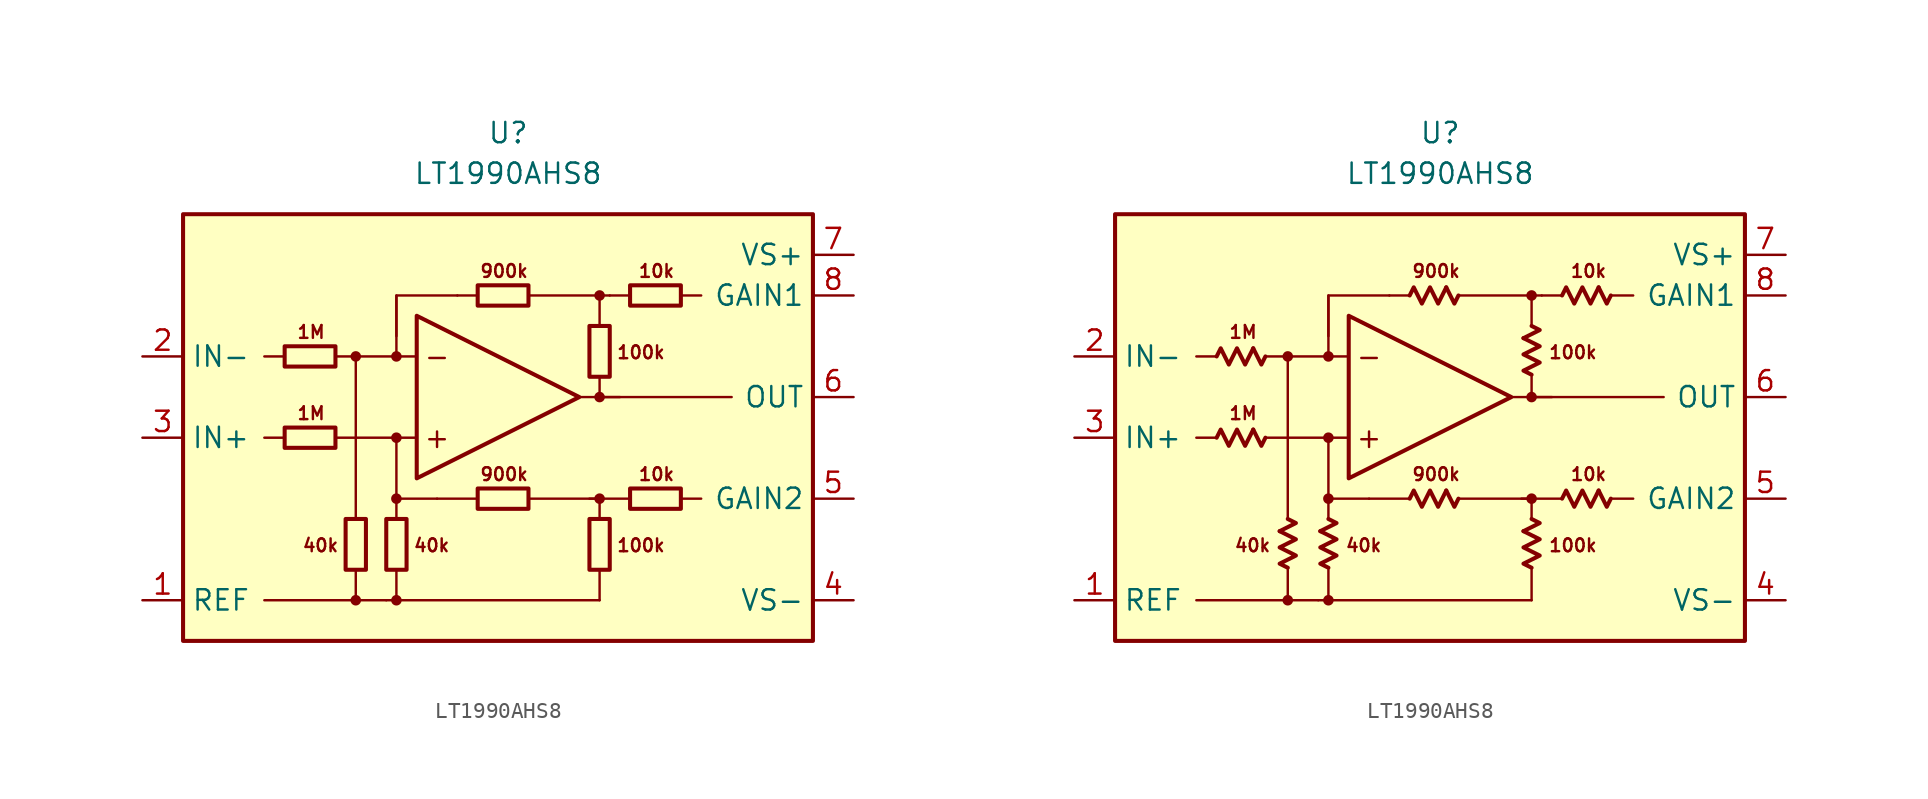
<source format=kicad_sym>
(kicad_symbol_lib
  (version 20231120)
  (generator "kicad_symbol_editor")
  (generator_version "8.0")
  (symbol "LT1990AHS8"
    (property "Reference" "U"
      (at 0 19.05 0)
      (effects (font (size 1.27 1.27))))
    (property "Value" "LT1990AHS8"
      (at 0 16.51 0)
      (effects (font (size 1.27 1.27))))
    (symbol "LT1990AHS8_0_0"
      (rectangle (start -20.32 13.97) (end 19.05 -12.7) (stroke (width 0.254) (type default)) (fill (type background)))
      (circle (center -9.525 -10.16) (radius 0.254) (stroke (width 0.152) (type default)) (fill (type outline)))
      (circle (center -9.525 5.08) (radius 0.254) (stroke (width 0.152) (type default)) (fill (type outline)))
      (circle (center -6.985 -10.16) (radius 0.254) (stroke (width 0.152) (type default)) (fill (type outline)))
      (circle (center -6.985 -3.81) (radius 0.254) (stroke (width 0.152) (type default)) (fill (type outline)))
      (circle (center -6.985 0) (radius 0.254) (stroke (width 0.152) (type default)) (fill (type outline)))
      (circle (center -6.985 5.08) (radius 0.254) (stroke (width 0.152) (type default)) (fill (type outline)))
      (polyline (pts (xy -13.97 0) (xy -15.24 0)) (stroke (width 0.152) (type default)) (fill (type none)))
      (polyline (pts (xy -13.97 5.08) (xy -15.24 5.08)) (stroke (width 0.152) (type default)) (fill (type none)))
      (polyline (pts (xy -9.525 -8.255) (xy -9.525 -10.16)) (stroke (width 0.152) (type default)) (fill (type none)))
      (polyline (pts (xy -9.525 -5.08) (xy -9.525 5.08)) (stroke (width 0.152) (type default)) (fill (type none)))
      (polyline (pts (xy -7.62 -10.16) (xy -15.24 -10.16)) (stroke (width 0.152) (type default)) (fill (type none)))
      (polyline (pts (xy -6.985 -8.255) (xy -6.985 -10.16)) (stroke (width 0.152) (type default)) (fill (type none)))
      (polyline (pts (xy -6.985 -3.81) (xy -6.985 0)) (stroke (width 0.152) (type default)) (fill (type none)))
      (polyline (pts (xy -6.985 5.08) (xy -6.985 8.89)) (stroke (width 0.152) (type default)) (fill (type none)))
      (polyline (pts (xy -5.715 0) (xy -10.795 0)) (stroke (width 0.152) (type default)) (fill (type none)))
      (polyline (pts (xy -5.715 5.08) (xy -10.795 5.08)) (stroke (width 0.152) (type default)) (fill (type none)))
      (polyline (pts (xy -1.905 -3.81) (xy -4.445 -3.81)) (stroke (width 0.152) (type default)) (fill (type none)))
      (polyline (pts (xy -1.905 8.89) (xy -3.175 8.89)) (stroke (width 0.152) (type default)) (fill (type none)))
      (polyline (pts (xy 4.445 2.54) (xy 13.97 2.54)) (stroke (width 0.152) (type default)) (fill (type none)))
      (polyline (pts (xy 5.715 -10.16) (xy -7.62 -10.16)) (stroke (width 0.152) (type default)) (fill (type none)))
      (polyline (pts (xy 5.715 -8.255) (xy 5.715 -10.16)) (stroke (width 0.152) (type default)) (fill (type none)))
      (polyline (pts (xy 5.715 2.54) (xy 5.715 3.81)) (stroke (width 0.152) (type default)) (fill (type none)))
      (polyline (pts (xy 5.715 2.54) (xy 6.985 2.54)) (stroke (width 0.152) (type default)) (fill (type none)))
      (polyline (pts (xy 5.715 8.89) (xy 1.27 8.89)) (stroke (width 0.152) (type default)) (fill (type none)))
      (polyline (pts (xy 7.62 -3.81) (xy 5.08 -3.81)) (stroke (width 0.152) (type default)) (fill (type none)))
      (polyline (pts (xy 7.62 8.89) (xy 6.35 8.89)) (stroke (width 0.152) (type default)) (fill (type none)))
      (polyline (pts (xy 10.795 -3.81) (xy 12.065 -3.81)) (stroke (width 0.152) (type default)) (fill (type none)))
      (polyline (pts (xy 10.795 8.89) (xy 12.065 8.89)) (stroke (width 0.152) (type default)) (fill (type none)))
      (polyline (pts (xy -4.445 -3.81) (xy -6.985 -3.81) (xy -6.985 -5.08)) (stroke (width 0.152) (type default)) (fill (type none)))
      (polyline (pts (xy -3.175 8.89) (xy -6.985 8.89) (xy -6.985 6.35)) (stroke (width 0.152) (type default)) (fill (type none)))
      (polyline (pts (xy 5.715 -5.08) (xy 5.715 -3.81) (xy 1.27 -3.81)) (stroke (width 0.152) (type default)) (fill (type none)))
      (polyline (pts (xy 6.35 8.89) (xy 5.715 8.89) (xy 5.715 6.985)) (stroke (width 0.152) (type default)) (fill (type none)))
      (polyline (pts (xy -5.715 7.62) (xy -5.715 -2.54) (xy 4.445 2.54) (xy -5.715 7.62)) (stroke (width 0.254) (type default)) (fill (type none)))
      (circle (center 5.715 -3.81) (radius 0.254) (stroke (width 0.152) (type default)) (fill (type outline)))
      (circle (center 5.715 2.54) (radius 0.254) (stroke (width 0.152) (type default)) (fill (type outline)))
      (circle (center 5.715 8.89) (radius 0.254) (stroke (width 0.152) (type default)) (fill (type outline)))
      (text "+" (at -4.445 0 0) (effects (font (size 1.27 1.27))))
      (text "-" (at -4.445 5.08 0) (effects (font (size 1.27 1.27))))
      (text "100k" (at 6.731 -6.731 0) (effects (font (size 0.8 0.8)) (justify left)))
      (text "100k" (at 6.731 5.334 0) (effects (font (size 0.8 0.8)) (justify left)))
      (text "10k" (at 9.271 -2.286 0) (effects (font (size 0.8 0.8))))
      (text "10k" (at 9.271 10.414 0) (effects (font (size 0.8 0.8))))
      (text "1M" (at -12.319 1.524 0) (effects (font (size 0.8 0.8))))
      (text "1M" (at -12.319 6.604 0) (effects (font (size 0.8 0.8))))
      (text "40k" (at -10.541 -6.731 0) (effects (font (size 0.8 0.8)) (justify right)))
      (text "40k" (at -5.969 -6.731 0) (effects (font (size 0.8 0.8)) (justify left)))
      (text "900k" (at -0.254 -2.286 0) (effects (font (size 0.8 0.8))))
      (text "900k" (at -0.254 10.414 0) (effects (font (size 0.8 0.8)))))
    (symbol "LT1990AHS8_0_1"
      (rectangle (start -13.97 0.635) (end -10.795 -0.635) (stroke (width 0.254) (type default)) (fill (type none)))
      (rectangle (start -13.97 5.715) (end -10.795 4.445) (stroke (width 0.254) (type default)) (fill (type none)))
      (rectangle (start -10.16 -5.08) (end -8.89 -8.255) (stroke (width 0.254) (type default)) (fill (type none)))
      (rectangle (start -7.62 -8.255) (end -6.35 -5.08) (stroke (width 0.254) (type default)) (fill (type none)))
      (rectangle (start -1.905 -3.175) (end 1.27 -4.445) (stroke (width 0.254) (type default)) (fill (type none)))
      (rectangle (start -1.905 9.525) (end 1.27 8.255) (stroke (width 0.254) (type default)) (fill (type none)))
      (rectangle (start 5.08 -8.255) (end 6.35 -5.08) (stroke (width 0.254) (type default)) (fill (type none)))
      (rectangle (start 5.08 3.81) (end 6.35 6.985) (stroke (width 0.254) (type default)) (fill (type none)))
      (rectangle (start 7.62 -3.175) (end 10.795 -4.445) (stroke (width 0.254) (type default)) (fill (type none)))
      (rectangle (start 7.62 9.525) (end 10.795 8.255) (stroke (width 0.254) (type default)) (fill (type none))))
    (symbol "LT1990AHS8_0_2"
      (polyline (pts (xy -11.684 0.508) (xy -11.176 -0.508) (xy -10.922 0)) (stroke (width 0.254) (type default)) (fill (type none)))
      (polyline (pts (xy -11.684 5.588) (xy -11.176 4.572) (xy -10.922 5.08)) (stroke (width 0.254) (type default)) (fill (type none)))
      (polyline (pts (xy -10.033 -5.842) (xy -9.017 -5.334) (xy -9.525 -5.08)) (stroke (width 0.254) (type default)) (fill (type none)))
      (polyline (pts (xy -7.493 -5.842) (xy -6.477 -5.334) (xy -6.985 -5.08)) (stroke (width 0.254) (type default)) (fill (type none)))
      (polyline (pts (xy 0.381 -3.302) (xy 0.889 -4.318) (xy 1.143 -3.81)) (stroke (width 0.254) (type default)) (fill (type none)))
      (polyline (pts (xy 0.381 9.398) (xy 0.889 8.382) (xy 1.143 8.89)) (stroke (width 0.254) (type default)) (fill (type none)))
      (polyline (pts (xy 5.207 -5.842) (xy 6.223 -5.334) (xy 5.715 -5.08)) (stroke (width 0.254) (type default)) (fill (type none)))
      (polyline (pts (xy 5.207 6.223) (xy 6.223 6.731) (xy 5.715 6.985)) (stroke (width 0.254) (type default)) (fill (type none)))
      (polyline (pts (xy 9.906 -3.302) (xy 10.414 -4.318) (xy 10.668 -3.81)) (stroke (width 0.254) (type default)) (fill (type none)))
      (polyline (pts (xy 9.906 9.398) (xy 10.414 8.382) (xy 10.668 8.89)) (stroke (width 0.254) (type default)) (fill (type none)))
      (polyline (pts (xy -13.97 0) (xy -13.716 0.508) (xy -13.208 -0.508) (xy -12.7 0.508) (xy -12.192 -0.508) (xy -11.684 0.508)) (stroke (width 0.254) (type default)) (fill (type none)))
      (polyline (pts (xy -13.97 5.08) (xy -13.716 5.588) (xy -13.208 4.572) (xy -12.7 5.588) (xy -12.192 4.572) (xy -11.684 5.588)) (stroke (width 0.254) (type default)) (fill (type none)))
      (polyline (pts (xy -9.525 -8.128) (xy -10.033 -7.874) (xy -9.017 -7.366) (xy -10.033 -6.858) (xy -9.017 -6.35) (xy -10.033 -5.842)) (stroke (width 0.254) (type default)) (fill (type none)))
      (polyline (pts (xy -6.985 -8.128) (xy -7.493 -7.874) (xy -6.477 -7.366) (xy -7.493 -6.858) (xy -6.477 -6.35) (xy -7.493 -5.842)) (stroke (width 0.254) (type default)) (fill (type none)))
      (polyline (pts (xy -1.905 -3.81) (xy -1.651 -3.302) (xy -1.143 -4.318) (xy -0.635 -3.302) (xy -0.127 -4.318) (xy 0.381 -3.302)) (stroke (width 0.254) (type default)) (fill (type none)))
      (polyline (pts (xy -1.905 8.89) (xy -1.651 9.398) (xy -1.143 8.382) (xy -0.635 9.398) (xy -0.127 8.382) (xy 0.381 9.398)) (stroke (width 0.254) (type default)) (fill (type none)))
      (polyline (pts (xy 5.715 -8.128) (xy 5.207 -7.874) (xy 6.223 -7.366) (xy 5.207 -6.858) (xy 6.223 -6.35) (xy 5.207 -5.842)) (stroke (width 0.254) (type default)) (fill (type none)))
      (polyline (pts (xy 5.715 3.937) (xy 5.207 4.191) (xy 6.223 4.699) (xy 5.207 5.207) (xy 6.223 5.715) (xy 5.207 6.223)) (stroke (width 0.254) (type default)) (fill (type none)))
      (polyline (pts (xy 7.62 -3.81) (xy 7.874 -3.302) (xy 8.382 -4.318) (xy 8.89 -3.302) (xy 9.398 -4.318) (xy 9.906 -3.302)) (stroke (width 0.254) (type default)) (fill (type none)))
      (polyline (pts (xy 7.62 8.89) (xy 7.874 9.398) (xy 8.382 8.382) (xy 8.89 9.398) (xy 9.398 8.382) (xy 9.906 9.398)) (stroke (width 0.254) (type default)) (fill (type none))))
    (symbol "LT1990AHS8_1_1"
      (pin input line (at -22.86 -10.16 0) (length 2.54) (name "REF" (effects (font (size 1.27 1.27)))) (number "1" (effects (font (size 1.27 1.27)))))
      (pin input line (at -22.86 5.08 0) (length 2.54) (name "IN-" (effects (font (size 1.27 1.27)))) (number "2" (effects (font (size 1.27 1.27)))))
      (pin input line (at -22.86 0 0) (length 2.54) (name "IN+" (effects (font (size 1.27 1.27)))) (number "3" (effects (font (size 1.27 1.27)))))
      (pin power_in line (at 21.59 -10.16 180) (length 2.54) (name "VS-" (effects (font (size 1.27 1.27)))) (number "4" (effects (font (size 1.27 1.27)))))
      (pin passive line (at 21.59 -3.81 180) (length 2.54) (name "GAIN2" (effects (font (size 1.27 1.27)))) (number "5" (effects (font (size 1.27 1.27)))))
      (pin output line (at 21.59 2.54 180) (length 2.54) (name "OUT" (effects (font (size 1.27 1.27)))) (number "6" (effects (font (size 1.27 1.27)))))
      (pin power_in line (at 21.59 11.43 180) (length 2.54) (name "VS+" (effects (font (size 1.27 1.27)))) (number "7" (effects (font (size 1.27 1.27)))))
      (pin passive line (at 21.59 8.89 180) (length 2.54) (name "GAIN1" (effects (font (size 1.27 1.27)))) (number "8" (effects (font (size 1.27 1.27))))))
    (symbol "LT1990AHS8_1_2"
      (pin input line (at -22.86 -10.16 0) (length 2.54) (name "REF" (effects (font (size 1.27 1.27)))) (number "1" (effects (font (size 1.27 1.27)))))
      (pin input line (at -22.86 5.08 0) (length 2.54) (name "IN-" (effects (font (size 1.27 1.27)))) (number "2" (effects (font (size 1.27 1.27)))))
      (pin input line (at -22.86 0 0) (length 2.54) (name "IN+" (effects (font (size 1.27 1.27)))) (number "3" (effects (font (size 1.27 1.27)))))
      (pin power_in line (at 21.59 -10.16 180) (length 2.54) (name "VS-" (effects (font (size 1.27 1.27)))) (number "4" (effects (font (size 1.27 1.27)))))
      (pin passive line (at 21.59 -3.81 180) (length 2.54) (name "GAIN2" (effects (font (size 1.27 1.27)))) (number "5" (effects (font (size 1.27 1.27)))))
      (pin output line (at 21.59 2.54 180) (length 2.54) (name "OUT" (effects (font (size 1.27 1.27)))) (number "6" (effects (font (size 1.27 1.27)))))
      (pin power_in line (at 21.59 11.43 180) (length 2.54) (name "VS+" (effects (font (size 1.27 1.27)))) (number "7" (effects (font (size 1.27 1.27)))))
      (pin passive line (at 21.59 8.89 180) (length 2.54) (name "GAIN1" (effects (font (size 1.27 1.27)))) (number "8" (effects (font (size 1.27 1.27))))))))
</source>
